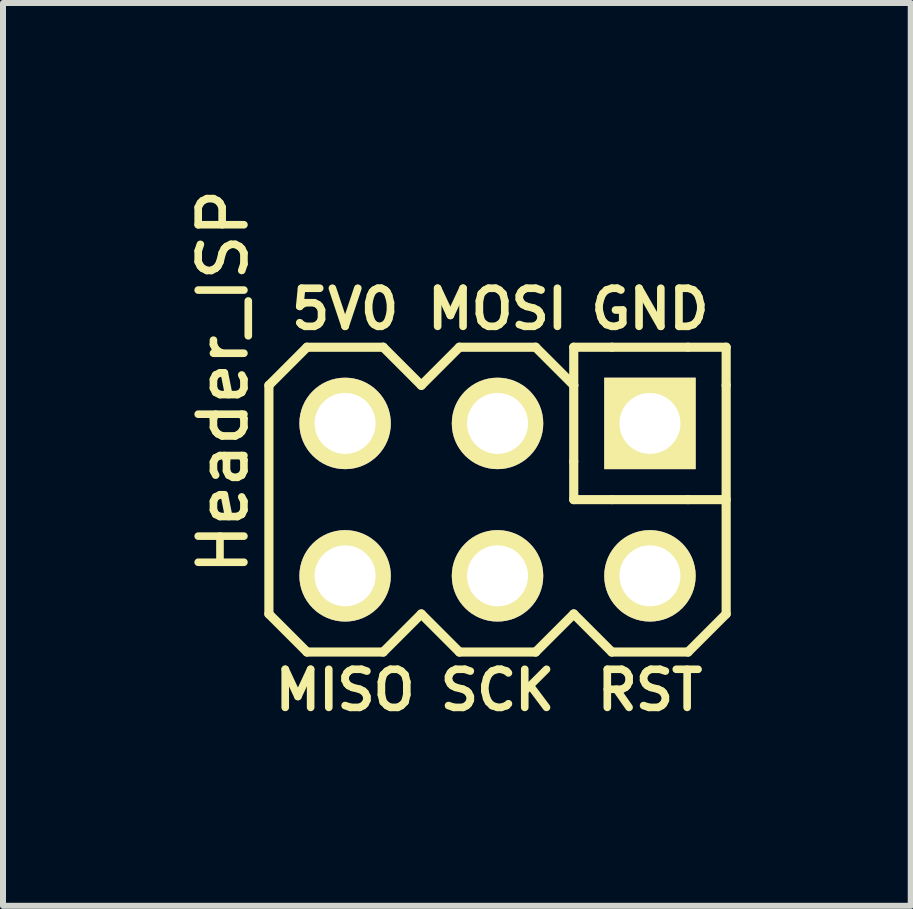
<source format=kicad_pcb>
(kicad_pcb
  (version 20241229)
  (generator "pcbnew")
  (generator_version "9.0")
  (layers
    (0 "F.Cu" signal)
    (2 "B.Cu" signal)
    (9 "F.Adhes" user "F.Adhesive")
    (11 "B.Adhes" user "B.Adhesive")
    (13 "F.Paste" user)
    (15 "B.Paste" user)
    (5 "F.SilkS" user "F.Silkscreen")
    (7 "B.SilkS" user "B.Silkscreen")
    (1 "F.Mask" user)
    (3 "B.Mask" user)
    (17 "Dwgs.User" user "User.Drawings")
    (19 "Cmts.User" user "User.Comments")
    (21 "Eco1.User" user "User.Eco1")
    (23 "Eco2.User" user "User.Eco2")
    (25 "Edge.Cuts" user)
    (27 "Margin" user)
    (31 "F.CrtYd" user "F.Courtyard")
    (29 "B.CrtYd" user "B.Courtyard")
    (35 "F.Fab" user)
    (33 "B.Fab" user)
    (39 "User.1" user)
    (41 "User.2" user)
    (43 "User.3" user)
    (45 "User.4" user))
  (footprint "Header_ISP"
    (layer "F.Cu")
    (at 5.241 5.276)
    (property "Reference" "Header_ISP" (at -4.572 -1.968 90) (layer "F.SilkS") (effects (font (size 0.762 0.762) (thickness 0.127))))
    (attr smd)
    (fp_line (start -3.81 -1.905) (end -3.175 -2.54) (stroke (width 0.152) (type solid)) (layer "F.SilkS"))
    (fp_line (start -3.81 1.905) (end -3.81 -1.905) (stroke (width 0.152) (type solid)) (layer "F.SilkS"))
    (fp_line (start -3.175 -2.54) (end -1.905 -2.54) (stroke (width 0.152) (type solid)) (layer "F.SilkS"))
    (fp_line (start -3.175 2.54) (end -3.81 1.905) (stroke (width 0.152) (type solid)) (layer "F.SilkS"))
    (fp_line (start -1.905 -2.54) (end -1.27 -1.905) (stroke (width 0.152) (type solid)) (layer "F.SilkS"))
    (fp_line (start -1.905 2.54) (end -3.175 2.54) (stroke (width 0.152) (type solid)) (layer "F.SilkS"))
    (fp_line (start -1.27 -1.905) (end -0.635 -2.54) (stroke (width 0.152) (type solid)) (layer "F.SilkS"))
    (fp_line (start -1.27 1.905) (end -1.905 2.54) (stroke (width 0.152) (type solid)) (layer "F.SilkS"))
    (fp_line (start -0.635 -2.54) (end 0.635 -2.54) (stroke (width 0.152) (type solid)) (layer "F.SilkS"))
    (fp_line (start -0.635 2.54) (end -1.27 1.905) (stroke (width 0.152) (type solid)) (layer "F.SilkS"))
    (fp_line (start 0.635 -2.54) (end 1.27 -1.905) (stroke (width 0.152) (type solid)) (layer "F.SilkS"))
    (fp_line (start 0.635 2.54) (end -0.635 2.54) (stroke (width 0.152) (type solid)) (layer "F.SilkS"))
    (fp_line (start 1.27 -2.54) (end 1.905 -2.54) (stroke (width 0.152) (type solid)) (layer "F.SilkS"))
    (fp_line (start 1.27 -1.905) (end 1.27 -2.54) (stroke (width 0.152) (type solid)) (layer "F.SilkS"))
    (fp_line (start 1.27 -0.635) (end 1.27 -1.905) (stroke (width 0.152) (type solid)) (layer "F.SilkS"))
    (fp_line (start 1.27 0) (end 1.27 -0.635) (stroke (width 0.152) (type solid)) (layer "F.SilkS"))
    (fp_line (start 1.27 0) (end 1.905 0) (stroke (width 0.152) (type solid)) (layer "F.SilkS"))
    (fp_line (start 1.27 1.905) (end 0.635 2.54) (stroke (width 0.152) (type solid)) (layer "F.SilkS"))
    (fp_line (start 1.905 -2.54) (end 3.175 -2.54) (stroke (width 0.152) (type solid)) (layer "F.SilkS"))
    (fp_line (start 1.905 0) (end 3.175 0) (stroke (width 0.152) (type solid)) (layer "F.SilkS"))
    (fp_line (start 1.905 2.54) (end 1.27 1.905) (stroke (width 0.152) (type solid)) (layer "F.SilkS"))
    (fp_line (start 3.175 -2.54) (end 3.81 -2.54) (stroke (width 0.152) (type solid)) (layer "F.SilkS"))
    (fp_line (start 3.175 0) (end 3.81 0) (stroke (width 0.152) (type solid)) (layer "F.SilkS"))
    (fp_line (start 3.175 2.54) (end 1.905 2.54) (stroke (width 0.152) (type solid)) (layer "F.SilkS"))
    (fp_line (start 3.81 -2.54) (end 3.81 -1.905) (stroke (width 0.152) (type solid)) (layer "F.SilkS"))
    (fp_line (start 3.81 -1.905) (end 3.81 1.905) (stroke (width 0.152) (type solid)) (layer "F.SilkS"))
    (fp_line (start 3.81 1.905) (end 3.175 2.54) (stroke (width 0.152) (type solid)) (layer "F.SilkS"))
    (fp_text user "GND" (at 2.54 -3.175 0) (layer "F.SilkS") (effects (font (size 0.635 0.635) (thickness 0.127))))
    (fp_text user "SCK" (at 0 3.175 0) (layer "F.SilkS") (effects (font (size 0.635 0.635) (thickness 0.127))))
    (fp_text user "RST" (at 2.54 3.175 0) (layer "F.SilkS") (effects (font (size 0.635 0.635) (thickness 0.127))))
    (fp_text user "MISO" (at -2.54 3.175 0) (layer "F.SilkS") (effects (font (size 0.635 0.635) (thickness 0.127))))
    (fp_text user "5V0" (at -2.54 -3.175 0) (layer "F.SilkS") (effects (font (size 0.635 0.635) (thickness 0.127))))
    (fp_text user "MOSI" (at 0 -3.175 0) (layer "F.SilkS") (effects (font (size 0.635 0.635) (thickness 0.127))))
    (pad "1" thru_hole circle (at -2.54 1.27) (size 1.524 1.524) (drill 1.016) (layers "*.Cu" "*.Mask" "F.SilkS"))
    (pad "2" thru_hole circle (at -2.54 -1.27) (size 1.524 1.524) (drill 1.016) (layers "*.Cu" "*.Mask" "F.SilkS"))
    (pad "3" thru_hole circle (at 0 1.27) (size 1.524 1.524) (drill 1.016) (layers "*.Cu" "*.Mask" "F.SilkS"))
    (pad "4" thru_hole circle (at 0 -1.27) (size 1.524 1.524) (drill 1.016) (layers "*.Cu" "*.Mask" "F.SilkS"))
    (pad "5" thru_hole circle (at 2.54 1.27) (size 1.524 1.524) (drill 1.016) (layers "*.Cu" "*.Mask" "F.SilkS"))
    (pad "6" thru_hole rect (at 2.54 -1.27) (size 1.524 1.524) (drill 1.016) (layers "*.Cu" "*.Mask" "F.SilkS")))
  (gr_rect
    (start -3 -3)
    (end 12.127 12.045)
    (stroke (width 0.1) (type default))
    (fill no)
    (layer "Edge.Cuts")))
</source>
